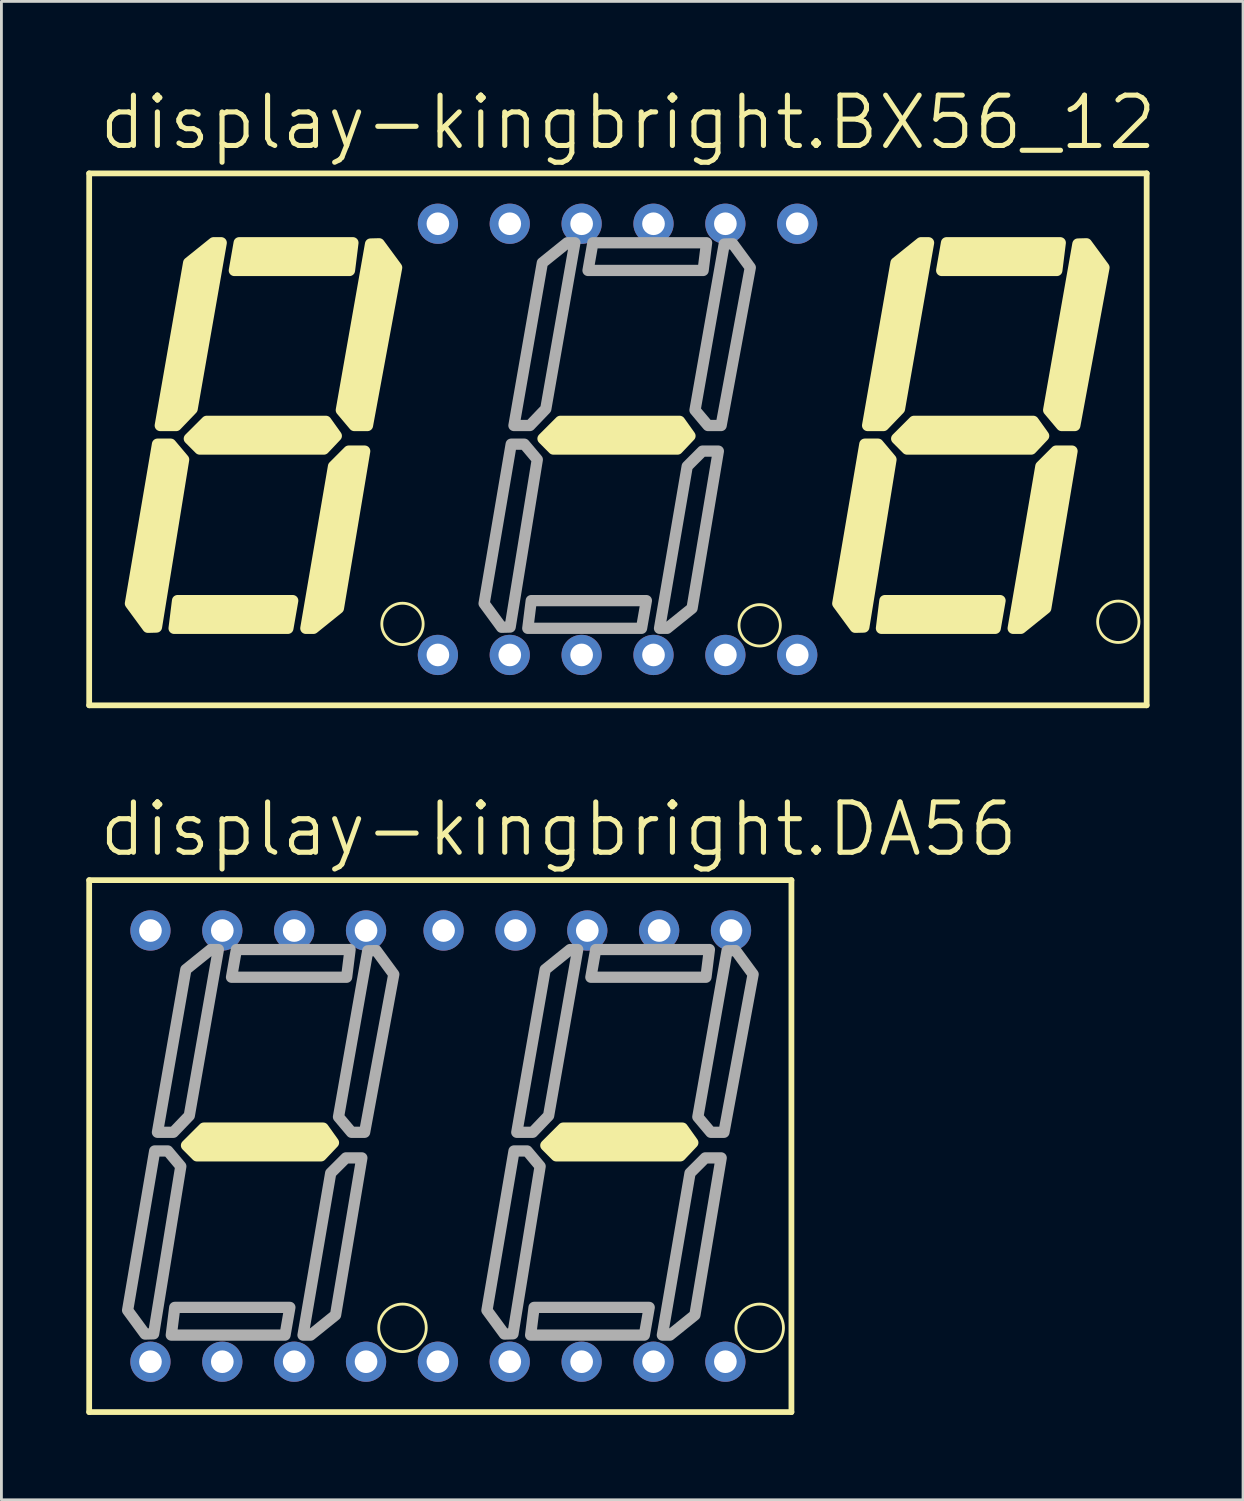
<source format=kicad_pcb>
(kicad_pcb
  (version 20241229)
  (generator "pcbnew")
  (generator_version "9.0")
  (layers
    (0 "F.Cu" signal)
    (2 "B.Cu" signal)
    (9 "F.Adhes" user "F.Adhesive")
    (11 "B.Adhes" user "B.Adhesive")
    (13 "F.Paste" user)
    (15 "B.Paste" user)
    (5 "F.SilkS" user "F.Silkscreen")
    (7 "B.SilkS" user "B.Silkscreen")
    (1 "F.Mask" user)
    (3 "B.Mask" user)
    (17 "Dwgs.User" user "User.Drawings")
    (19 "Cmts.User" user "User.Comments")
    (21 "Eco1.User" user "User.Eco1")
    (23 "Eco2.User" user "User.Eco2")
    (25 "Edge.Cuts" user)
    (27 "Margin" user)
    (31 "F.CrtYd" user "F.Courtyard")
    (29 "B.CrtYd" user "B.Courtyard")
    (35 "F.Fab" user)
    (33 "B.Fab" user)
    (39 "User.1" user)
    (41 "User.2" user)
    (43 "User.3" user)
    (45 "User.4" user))
  (footprint "display-kingbright.BX56_12"
    (layer "F.Cu")
    (at 18.777 12.478)
    (property "Reference" "display-kingbright.BX56_12" (at -18.415 -10.16 0) (layer "F.SilkS") (effects (font (size 1.778 1.778) (thickness 0.18)) (justify left bottom)))
    (attr through_hole)
    (fp_line (start -18.675 -9.4) (end 18.7 -9.4) (stroke (width 0.203) (type default)) (layer "F.SilkS"))
    (fp_line (start -18.675 9.4) (end -18.675 -9.4) (stroke (width 0.203) (type default)) (layer "F.SilkS"))
    (fp_line (start 18.7 -9.4) (end 18.7 9.4) (stroke (width 0.203) (type default)) (layer "F.SilkS"))
    (fp_line (start 18.7 9.4) (end -18.675 9.4) (stroke (width 0.203) (type default)) (layer "F.SilkS"))
    (fp_circle (center -7.602 6.523) (end -6.871 6.523) (stroke (width 0.1) (type default)) (fill no) (layer "F.SilkS"))
    (fp_circle (center 5.023 6.573) (end 5.754 6.573) (stroke (width 0.1) (type default)) (fill no) (layer "F.SilkS"))
    (fp_circle (center 17.698 6.448) (end 18.429 6.448) (stroke (width 0.1) (type default)) (fill no) (layer "F.SilkS"))
    (fp_poly (pts (xy -13.544 -5.969) (xy -13.373 -6.948) (xy -9.354 -6.948) (xy -9.476 -5.969)) (stroke (width 0.398) (type default)) (fill yes) (layer "F.SilkS"))
    (fp_poly (pts (xy -11.482 5.7) (xy -11.653 6.679) (xy -15.673 6.679) (xy -15.551 5.7)) (stroke (width 0.398) (type default)) (fill yes) (layer "F.SilkS"))
    (fp_poly (pts (xy 11.456 -5.969) (xy 11.627 -6.948) (xy 15.646 -6.948) (xy 15.524 -5.969)) (stroke (width 0.398) (type default)) (fill yes) (layer "F.SilkS"))
    (fp_poly (pts (xy 13.518 5.7) (xy 13.347 6.679) (xy 9.327 6.679) (xy 9.449 5.7)) (stroke (width 0.398) (type default)) (fill yes) (layer "F.SilkS"))
    (fp_poly (pts (xy -15.337 0.715) (xy -16.297 6.634) (xy -16.6 6.642) (xy -17.217 5.802) (xy -16.26 0.171) (xy -15.795 0.171)) (stroke (width 0.398) (type default)) (fill yes) (layer "F.SilkS"))
    (fp_poly (pts (xy -15.135 -0.025) (xy -14.523 -0.636) (xy -10.308 -0.636) (xy -9.941 -0.122) (xy -10.381 0.343) (xy -14.768 0.343)) (stroke (width 0.398) (type default)) (fill yes) (layer "F.SilkS"))
    (fp_poly (pts (xy -15.037 -1.076) (xy -14.009 -6.948) (xy -14.278 -6.948) (xy -15.159 -6.239) (xy -16.162 -0.489) (xy -15.6 -0.489)) (stroke (width 0.398) (type default)) (fill yes) (layer "F.SilkS"))
    (fp_poly (pts (xy -10.039 0.954) (xy -11.017 6.679) (xy -10.748 6.679) (xy -9.867 5.969) (xy -8.938 0.416) (xy -9.501 0.416)) (stroke (width 0.398) (type default)) (fill yes) (layer "F.SilkS"))
    (fp_poly (pts (xy -9.763 -1.033) (xy -8.73 -6.903) (xy -8.427 -6.911) (xy -7.809 -6.071) (xy -8.84 -0.489) (xy -9.305 -0.489)) (stroke (width 0.398) (type default)) (fill yes) (layer "F.SilkS"))
    (fp_poly (pts (xy -2.635 -0.025) (xy -2.023 -0.636) (xy 2.192 -0.636) (xy 2.559 -0.122) (xy 2.119 0.343) (xy -2.268 0.343)) (stroke (width 0.398) (type default)) (fill yes) (layer "F.SilkS"))
    (fp_poly (pts (xy 9.663 0.715) (xy 8.703 6.634) (xy 8.4 6.642) (xy 7.783 5.802) (xy 8.74 0.171) (xy 9.205 0.171)) (stroke (width 0.398) (type default)) (fill yes) (layer "F.SilkS"))
    (fp_poly (pts (xy 9.865 -0.025) (xy 10.477 -0.636) (xy 14.692 -0.636) (xy 15.059 -0.122) (xy 14.619 0.343) (xy 10.232 0.343)) (stroke (width 0.398) (type default)) (fill yes) (layer "F.SilkS"))
    (fp_poly (pts (xy 9.963 -1.076) (xy 10.991 -6.948) (xy 10.722 -6.948) (xy 9.841 -6.239) (xy 8.838 -0.489) (xy 9.4 -0.489)) (stroke (width 0.398) (type default)) (fill yes) (layer "F.SilkS"))
    (fp_poly (pts (xy 14.961 0.954) (xy 13.983 6.679) (xy 14.252 6.679) (xy 15.133 5.969) (xy 16.062 0.416) (xy 15.499 0.416)) (stroke (width 0.398) (type default)) (fill yes) (layer "F.SilkS"))
    (fp_poly (pts (xy 15.237 -1.033) (xy 16.27 -6.903) (xy 16.573 -6.911) (xy 17.191 -6.071) (xy 16.16 -0.489) (xy 15.695 -0.489)) (stroke (width 0.398) (type default)) (fill yes) (layer "F.SilkS"))
    (fp_poly (pts (xy -1.044 -5.969) (xy -0.873 -6.948) (xy 3.146 -6.948) (xy 3.024 -5.969)) (stroke (width 0.398) (type default)) (fill no) (layer "F.Fab"))
    (fp_poly (pts (xy 1.018 5.7) (xy 0.847 6.679) (xy -3.173 6.679) (xy -3.051 5.7)) (stroke (width 0.398) (type default)) (fill no) (layer "F.Fab"))
    (fp_poly (pts (xy -2.837 0.715) (xy -3.797 6.634) (xy -4.1 6.642) (xy -4.717 5.802) (xy -3.76 0.171) (xy -3.295 0.171)) (stroke (width 0.398) (type default)) (fill no) (layer "F.Fab"))
    (fp_poly (pts (xy -2.537 -1.076) (xy -1.509 -6.948) (xy -1.778 -6.948) (xy -2.659 -6.239) (xy -3.662 -0.489) (xy -3.099 -0.489)) (stroke (width 0.398) (type default)) (fill no) (layer "F.Fab"))
    (fp_poly (pts (xy 2.461 0.954) (xy 1.483 6.679) (xy 1.752 6.679) (xy 2.633 5.969) (xy 3.562 0.416) (xy 2.999 0.416)) (stroke (width 0.398) (type default)) (fill no) (layer "F.Fab"))
    (fp_poly (pts (xy 2.737 -1.033) (xy 3.77 -6.903) (xy 4.073 -6.911) (xy 4.691 -6.071) (xy 3.66 -0.489) (xy 3.195 -0.489)) (stroke (width 0.398) (type default)) (fill no) (layer "F.Fab"))
    (pad "1" thru_hole circle (at -6.35 7.62) (size 1.422 1.422) (drill 0.8) (layers "*.Cu" "*.Mask"))
    (pad "2" thru_hole circle (at -3.81 7.62) (size 1.422 1.422) (drill 0.8) (layers "*.Cu" "*.Mask"))
    (pad "3" thru_hole circle (at -1.27 7.62) (size 1.422 1.422) (drill 0.8) (layers "*.Cu" "*.Mask"))
    (pad "4" thru_hole circle (at 1.27 7.62) (size 1.422 1.422) (drill 0.8) (layers "*.Cu" "*.Mask"))
    (pad "5" thru_hole circle (at 3.81 7.62) (size 1.422 1.422) (drill 0.8) (layers "*.Cu" "*.Mask"))
    (pad "6" thru_hole circle (at 6.35 7.62) (size 1.422 1.422) (drill 0.8) (layers "*.Cu" "*.Mask"))
    (pad "7" thru_hole circle (at 6.35 -7.62 180) (size 1.422 1.422) (drill 0.8) (layers "*.Cu" "*.Mask"))
    (pad "8" thru_hole circle (at 3.81 -7.62 180) (size 1.422 1.422) (drill 0.8) (layers "*.Cu" "*.Mask"))
    (pad "9" thru_hole circle (at 1.27 -7.62 180) (size 1.422 1.422) (drill 0.8) (layers "*.Cu" "*.Mask"))
    (pad "10" thru_hole circle (at -1.27 -7.62 180) (size 1.422 1.422) (drill 0.8) (layers "*.Cu" "*.Mask"))
    (pad "11" thru_hole circle (at -3.81 -7.62 180) (size 1.422 1.422) (drill 0.8) (layers "*.Cu" "*.Mask"))
    (pad "12" thru_hole circle (at -6.35 -7.62 180) (size 1.422 1.422) (drill 0.8) (layers "*.Cu" "*.Mask")))
  (footprint "display-kingbright.DA56"
    (layer "F.Cu")
    (at 12.527 37.458)
    (property "Reference" "display-kingbright.DA56" (at -12.165 -10.16 0) (layer "F.SilkS") (effects (font (size 1.778 1.778) (thickness 0.18)) (justify left bottom)))
    (attr through_hole)
    (fp_line (start -12.425 -9.4) (end 12.395 -9.4) (stroke (width 0.203) (type default)) (layer "F.SilkS"))
    (fp_line (start -12.425 9.4) (end -12.425 -9.4) (stroke (width 0.203) (type default)) (layer "F.SilkS"))
    (fp_line (start 12.395 -9.4) (end 12.395 9.4) (stroke (width 0.203) (type default)) (layer "F.SilkS"))
    (fp_line (start 12.395 9.4) (end -12.425 9.4) (stroke (width 0.203) (type default)) (layer "F.SilkS"))
    (fp_circle (center -1.352 6.423) (end -0.512 6.423) (stroke (width 0.1) (type default)) (fill no) (layer "F.SilkS"))
    (fp_circle (center 11.273 6.423) (end 12.113 6.423) (stroke (width 0.1) (type default)) (fill no) (layer "F.SilkS"))
    (fp_poly (pts (xy -8.985 -0.025) (xy -8.373 -0.636) (xy -4.158 -0.636) (xy -3.791 -0.122) (xy -4.231 0.343) (xy -8.618 0.343)) (stroke (width 0.398) (type default)) (fill yes) (layer "F.SilkS"))
    (fp_poly (pts (xy 3.715 -0.025) (xy 4.327 -0.636) (xy 8.542 -0.636) (xy 8.909 -0.122) (xy 8.469 0.343) (xy 4.082 0.343)) (stroke (width 0.398) (type default)) (fill yes) (layer "F.SilkS"))
    (fp_poly (pts (xy -7.394 -5.969) (xy -7.223 -6.948) (xy -3.204 -6.948) (xy -3.326 -5.969)) (stroke (width 0.398) (type default)) (fill no) (layer "F.Fab"))
    (fp_poly (pts (xy -5.332 5.7) (xy -5.503 6.679) (xy -9.523 6.679) (xy -9.401 5.7)) (stroke (width 0.398) (type default)) (fill no) (layer "F.Fab"))
    (fp_poly (pts (xy 5.306 -5.969) (xy 5.477 -6.948) (xy 9.496 -6.948) (xy 9.374 -5.969)) (stroke (width 0.398) (type default)) (fill no) (layer "F.Fab"))
    (fp_poly (pts (xy 7.368 5.7) (xy 7.197 6.679) (xy 3.177 6.679) (xy 3.299 5.7)) (stroke (width 0.398) (type default)) (fill no) (layer "F.Fab"))
    (fp_poly (pts (xy -9.187 0.715) (xy -10.147 6.634) (xy -10.45 6.642) (xy -11.067 5.802) (xy -10.11 0.171) (xy -9.645 0.171)) (stroke (width 0.398) (type default)) (fill no) (layer "F.Fab"))
    (fp_poly (pts (xy -8.887 -1.076) (xy -7.859 -6.948) (xy -8.129 -6.948) (xy -9.009 -6.239) (xy -10.012 -0.489) (xy -9.45 -0.489)) (stroke (width 0.398) (type default)) (fill no) (layer "F.Fab"))
    (fp_poly (pts (xy -3.889 0.954) (xy -4.867 6.679) (xy -4.598 6.679) (xy -3.717 5.969) (xy -2.788 0.416) (xy -3.35 0.416)) (stroke (width 0.398) (type default)) (fill no) (layer "F.Fab"))
    (fp_poly (pts (xy -3.613 -1.033) (xy -2.58 -6.903) (xy -2.277 -6.911) (xy -1.659 -6.071) (xy -2.69 -0.489) (xy -3.155 -0.489)) (stroke (width 0.398) (type default)) (fill no) (layer "F.Fab"))
    (fp_poly (pts (xy 3.513 0.715) (xy 2.553 6.634) (xy 2.25 6.642) (xy 1.633 5.802) (xy 2.59 0.171) (xy 3.055 0.171)) (stroke (width 0.398) (type default)) (fill no) (layer "F.Fab"))
    (fp_poly (pts (xy 3.813 -1.076) (xy 4.841 -6.948) (xy 4.572 -6.948) (xy 3.691 -6.239) (xy 2.688 -0.489) (xy 3.251 -0.489)) (stroke (width 0.398) (type default)) (fill no) (layer "F.Fab"))
    (fp_poly (pts (xy 8.811 0.954) (xy 7.833 6.679) (xy 8.102 6.679) (xy 8.983 5.969) (xy 9.912 0.416) (xy 9.35 0.416)) (stroke (width 0.398) (type default)) (fill no) (layer "F.Fab"))
    (fp_poly (pts (xy 9.087 -1.033) (xy 10.12 -6.903) (xy 10.423 -6.911) (xy 11.041 -6.071) (xy 10.01 -0.489) (xy 9.545 -0.489)) (stroke (width 0.398) (type default)) (fill no) (layer "F.Fab"))
    (pad "1" thru_hole circle (at -10.26 7.62) (size 1.422 1.422) (drill 0.8) (layers "*.Cu" "*.Mask"))
    (pad "2" thru_hole circle (at -7.72 7.62) (size 1.422 1.422) (drill 0.8) (layers "*.Cu" "*.Mask"))
    (pad "3" thru_hole circle (at -5.18 7.62) (size 1.422 1.422) (drill 0.8) (layers "*.Cu" "*.Mask"))
    (pad "4" thru_hole circle (at -2.64 7.62) (size 1.422 1.422) (drill 0.8) (layers "*.Cu" "*.Mask"))
    (pad "5" thru_hole circle (at -0.1 7.62) (size 1.422 1.422) (drill 0.8) (layers "*.Cu" "*.Mask"))
    (pad "6" thru_hole circle (at 2.44 7.62) (size 1.422 1.422) (drill 0.8) (layers "*.Cu" "*.Mask"))
    (pad "7" thru_hole circle (at 4.98 7.62) (size 1.422 1.422) (drill 0.8) (layers "*.Cu" "*.Mask"))
    (pad "8" thru_hole circle (at 7.52 7.62) (size 1.422 1.422) (drill 0.8) (layers "*.Cu" "*.Mask"))
    (pad "9" thru_hole circle (at 10.06 7.62) (size 1.422 1.422) (drill 0.8) (layers "*.Cu" "*.Mask"))
    (pad "10" thru_hole circle (at 10.26 -7.62 180) (size 1.422 1.422) (drill 0.8) (layers "*.Cu" "*.Mask"))
    (pad "11" thru_hole circle (at 7.72 -7.62 180) (size 1.422 1.422) (drill 0.8) (layers "*.Cu" "*.Mask"))
    (pad "12" thru_hole circle (at 5.18 -7.62 180) (size 1.422 1.422) (drill 0.8) (layers "*.Cu" "*.Mask"))
    (pad "13" thru_hole circle (at 2.64 -7.62 180) (size 1.422 1.422) (drill 0.8) (layers "*.Cu" "*.Mask"))
    (pad "14" thru_hole circle (at 0.1 -7.62 180) (size 1.422 1.422) (drill 0.8) (layers "*.Cu" "*.Mask"))
    (pad "15" thru_hole circle (at -2.64 -7.62 180) (size 1.422 1.422) (drill 0.8) (layers "*.Cu" "*.Mask"))
    (pad "16" thru_hole circle (at -5.18 -7.62 180) (size 1.422 1.422) (drill 0.8) (layers "*.Cu" "*.Mask"))
    (pad "17" thru_hole circle (at -7.72 -7.62 180) (size 1.422 1.422) (drill 0.8) (layers "*.Cu" "*.Mask"))
    (pad "18" thru_hole circle (at -10.26 -7.62 180) (size 1.422 1.422) (drill 0.8) (layers "*.Cu" "*.Mask")))
  (gr_rect
    (start -3 -3)
    (end 40.884 49.959)
    (stroke (width 0.1) (type default))
    (fill no)
    (layer "Edge.Cuts")))
</source>
